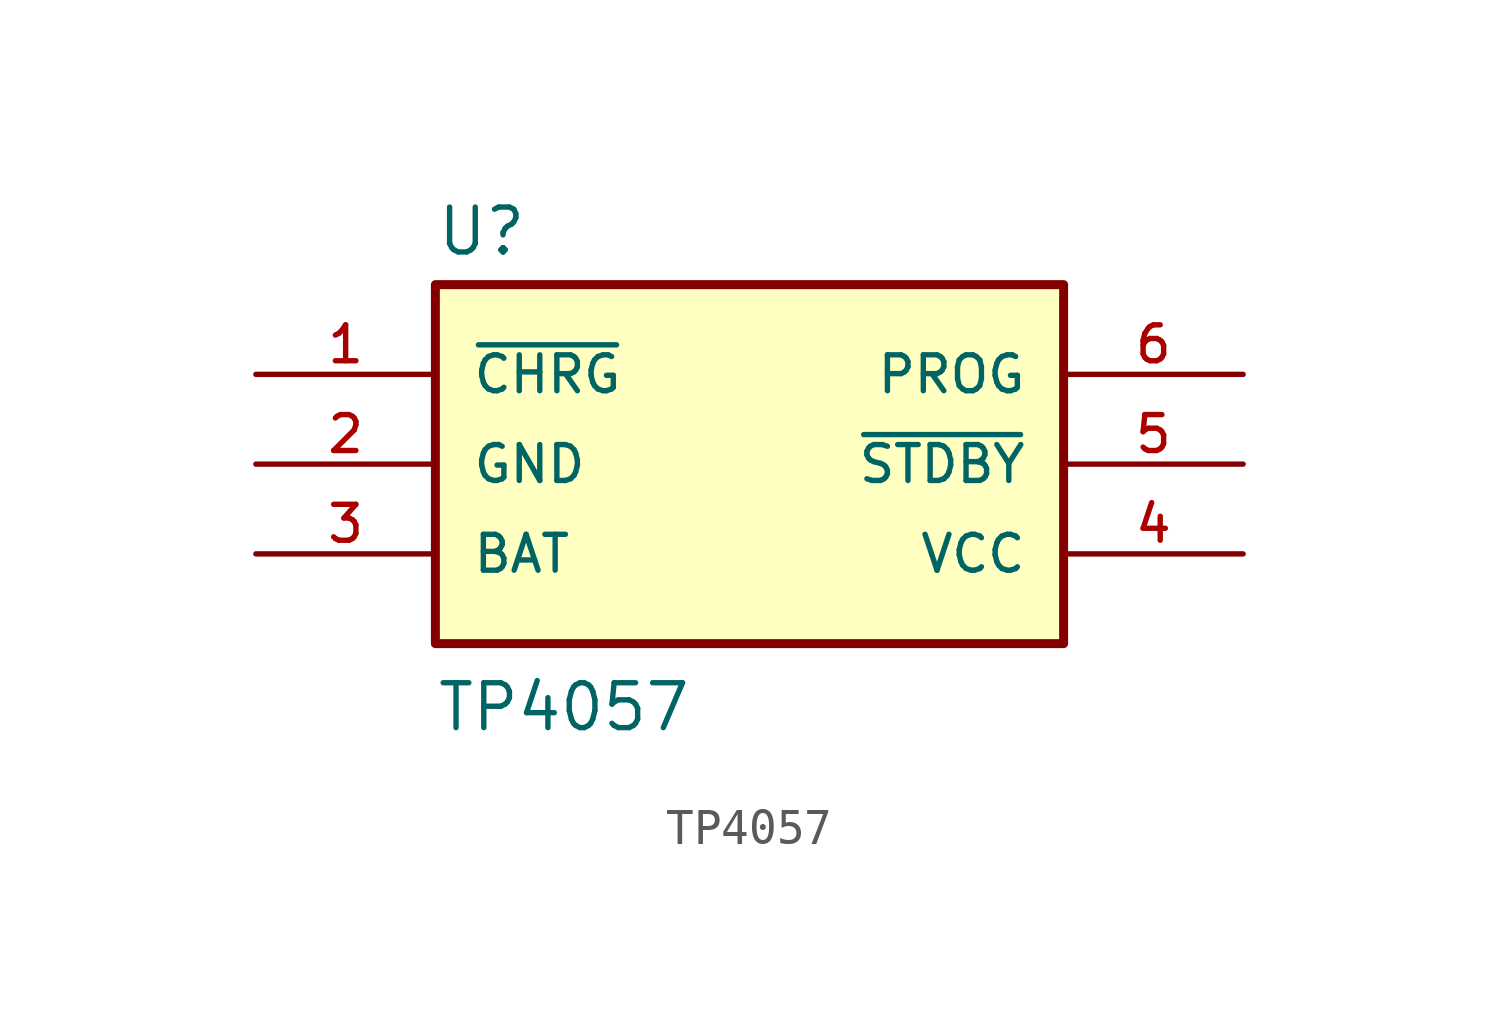
<source format=kicad_sym>
(kicad_symbol_lib
  (version 20231120)
  (generator "kicad_symbol_editor")
  (generator_version "8.0")
  (symbol "TP4057"
    (pin_names
      (offset 1.016))
    (property "Reference" "U"
      (at -7.62 5.842 0)
      (effects (font (size 1.27 1.27)) (justify left bottom)))
    (property "Value" "TP4057"
      (at -7.62 -7.62 0)
      (effects (font (size 1.27 1.27)) (justify left bottom)))
    (symbol "TP4057_0_0"
      (rectangle (start -7.62 5.08) (end 10.16 -5.08) (stroke (width 0.254) (type default)) (fill (type background)))
      (pin open_collector line (at -12.7 2.54 0) (length 5.08) (name "~{CHRG}" (effects (font (size 1.016 1.016)))) (number "1" (effects (font (size 1.016 1.016)))))
      (pin power_in line (at -12.7 0 0) (length 5.08) (name "GND" (effects (font (size 1.016 1.016)))) (number "2" (effects (font (size 1.016 1.016)))))
      (pin power_in line (at -12.7 -2.54 0) (length 5.08) (name "BAT" (effects (font (size 1.016 1.016)))) (number "3" (effects (font (size 1.016 1.016)))))
      (pin power_in line (at 15.24 -2.54 180) (length 5.08) (name "VCC" (effects (font (size 1.016 1.016)))) (number "4" (effects (font (size 1.016 1.016)))))
      (pin open_collector line (at 15.24 0 180) (length 5.08) (name "~{STDBY}" (effects (font (size 1.016 1.016)))) (number "5" (effects (font (size 1.016 1.016)))))
      (pin input line (at 15.24 2.54 180) (length 5.08) (name "PROG" (effects (font (size 1.016 1.016)))) (number "6" (effects (font (size 1.016 1.016))))))))
</source>
